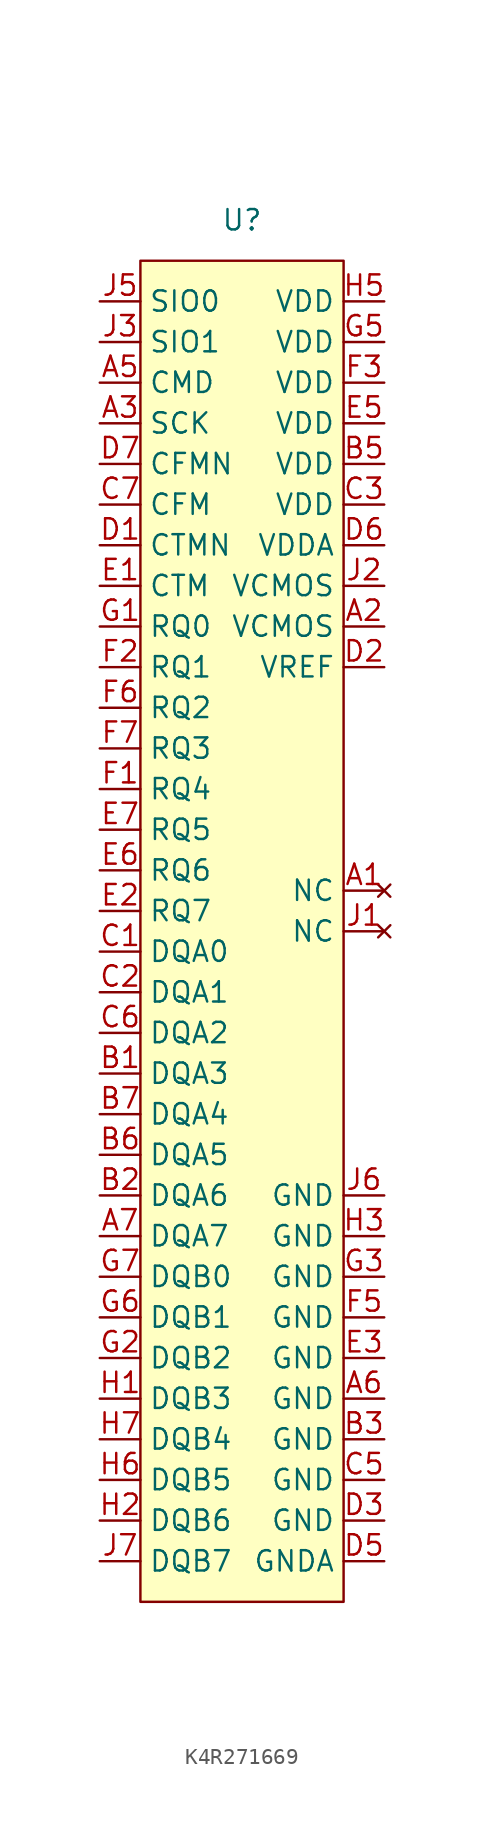
<source format=kicad_sym>
(kicad_symbol_lib
  (version 20231120)
  (generator "kicad_symbol_editor")
  (generator_version "8.0")
  (symbol "K4R271669"
    (property "Reference" "U"
      (at 0 0 0)
      (effects (font (size 1.27 1.27))))
    (property "Value" ""
      (at 0 0 0)
      (effects (font (size 1.27 1.27))))
    (symbol "K4R271669_0_0"
      (pin no_connect line (at 8.89 -41.91 180) (length 2.54) (name "NC" (effects (font (size 1.27 1.27)))) (number "A1" (effects (font (size 1.27 1.27)))))
      (pin power_in line (at 8.89 -73.66 180) (length 2.54) (name "GND" (effects (font (size 1.27 1.27)))) (number "A6" (effects (font (size 1.27 1.27)))))
      (pin bidirectional line (at -8.89 -63.5 0) (length 2.54) (name "DQA7" (effects (font (size 1.27 1.27)))) (number "A7" (effects (font (size 1.27 1.27)))))
      (pin bidirectional line (at -8.89 -53.34 0) (length 2.54) (name "DQA3" (effects (font (size 1.27 1.27)))) (number "B1" (effects (font (size 1.27 1.27)))))
      (pin bidirectional line (at -8.89 -60.96 0) (length 2.54) (name "DQA6" (effects (font (size 1.27 1.27)))) (number "B2" (effects (font (size 1.27 1.27)))))
      (pin power_in line (at 8.89 -76.2 180) (length 2.54) (name "GND" (effects (font (size 1.27 1.27)))) (number "B3" (effects (font (size 1.27 1.27)))))
      (pin power_in line (at 8.89 -15.24 180) (length 2.54) (name "VDD" (effects (font (size 1.27 1.27)))) (number "B5" (effects (font (size 1.27 1.27)))))
      (pin bidirectional line (at -8.89 -58.42 0) (length 2.54) (name "DQA5" (effects (font (size 1.27 1.27)))) (number "B6" (effects (font (size 1.27 1.27)))))
      (pin bidirectional line (at -8.89 -55.88 0) (length 2.54) (name "DQA4" (effects (font (size 1.27 1.27)))) (number "B7" (effects (font (size 1.27 1.27)))))
      (pin bidirectional line (at -8.89 -45.72 0) (length 2.54) (name "DQA0" (effects (font (size 1.27 1.27)))) (number "C1" (effects (font (size 1.27 1.27)))))
      (pin bidirectional line (at -8.89 -48.26 0) (length 2.54) (name "DQA1" (effects (font (size 1.27 1.27)))) (number "C2" (effects (font (size 1.27 1.27)))))
      (pin bidirectional line (at -8.89 -50.8 0) (length 2.54) (name "DQA2" (effects (font (size 1.27 1.27)))) (number "C6" (effects (font (size 1.27 1.27)))))
      (pin power_in line (at 8.89 -81.28 180) (length 2.54) (name "GND" (effects (font (size 1.27 1.27)))) (number "D3" (effects (font (size 1.27 1.27)))))
      (pin power_in line (at 8.89 -83.82 180) (length 2.54) (name "GNDA" (effects (font (size 1.27 1.27)))) (number "D5" (effects (font (size 1.27 1.27)))))
      (pin power_in line (at 8.89 -71.12 180) (length 2.54) (name "GND" (effects (font (size 1.27 1.27)))) (number "E3" (effects (font (size 1.27 1.27)))))
      (pin power_in line (at 8.89 -12.7 180) (length 2.54) (name "VDD" (effects (font (size 1.27 1.27)))) (number "E5" (effects (font (size 1.27 1.27)))))
      (pin power_in line (at 8.89 -10.16 180) (length 2.54) (name "VDD" (effects (font (size 1.27 1.27)))) (number "F3" (effects (font (size 1.27 1.27)))))
      (pin power_in line (at 8.89 -68.58 180) (length 2.54) (name "GND" (effects (font (size 1.27 1.27)))) (number "F5" (effects (font (size 1.27 1.27)))))
      (pin bidirectional line (at -8.89 -71.12 0) (length 2.54) (name "DQB2" (effects (font (size 1.27 1.27)))) (number "G2" (effects (font (size 1.27 1.27)))))
      (pin bidirectional line (at -8.89 -68.58 0) (length 2.54) (name "DQB1" (effects (font (size 1.27 1.27)))) (number "G6" (effects (font (size 1.27 1.27)))))
      (pin bidirectional line (at -8.89 -66.04 0) (length 2.54) (name "DQB0" (effects (font (size 1.27 1.27)))) (number "G7" (effects (font (size 1.27 1.27)))))
      (pin bidirectional line (at -8.89 -73.66 0) (length 2.54) (name "DQB3" (effects (font (size 1.27 1.27)))) (number "H1" (effects (font (size 1.27 1.27)))))
      (pin bidirectional line (at -8.89 -81.28 0) (length 2.54) (name "DQB6" (effects (font (size 1.27 1.27)))) (number "H2" (effects (font (size 1.27 1.27)))))
      (pin power_in line (at 8.89 -63.5 180) (length 2.54) (name "GND" (effects (font (size 1.27 1.27)))) (number "H3" (effects (font (size 1.27 1.27)))))
      (pin power_in line (at 8.89 -5.08 180) (length 2.54) (name "VDD" (effects (font (size 1.27 1.27)))) (number "H5" (effects (font (size 1.27 1.27)))))
      (pin bidirectional line (at -8.89 -78.74 0) (length 2.54) (name "DQB5" (effects (font (size 1.27 1.27)))) (number "H6" (effects (font (size 1.27 1.27)))))
      (pin bidirectional line (at -8.89 -76.2 0) (length 2.54) (name "DQB4" (effects (font (size 1.27 1.27)))) (number "H7" (effects (font (size 1.27 1.27)))))
      (pin no_connect line (at 8.89 -44.45 180) (length 2.54) (name "NC" (effects (font (size 1.27 1.27)))) (number "J1" (effects (font (size 1.27 1.27)))))
      (pin power_in line (at 8.89 -60.96 180) (length 2.54) (name "GND" (effects (font (size 1.27 1.27)))) (number "J6" (effects (font (size 1.27 1.27))))))
    (symbol "K4R271669_1_0"
      (pin power_in line (at 8.89 -25.4 180) (length 2.54) (name "VCMOS" (effects (font (size 1.27 1.27)))) (number "A2" (effects (font (size 1.27 1.27)))))
      (pin input line (at -8.89 -12.7 0) (length 2.54) (name "SCK" (effects (font (size 1.27 1.27)))) (number "A3" (effects (font (size 1.27 1.27)))))
      (pin input line (at -8.89 -10.16 0) (length 2.54) (name "CMD" (effects (font (size 1.27 1.27)))) (number "A5" (effects (font (size 1.27 1.27)))))
      (pin power_in line (at 8.89 -17.78 180) (length 2.54) (name "VDD" (effects (font (size 1.27 1.27)))) (number "C3" (effects (font (size 1.27 1.27)))))
      (pin power_in line (at 8.89 -78.74 180) (length 2.54) (name "GND" (effects (font (size 1.27 1.27)))) (number "C5" (effects (font (size 1.27 1.27)))))
      (pin input line (at -8.89 -17.78 0) (length 2.54) (name "CFM" (effects (font (size 1.27 1.27)))) (number "C7" (effects (font (size 1.27 1.27)))))
      (pin input line (at -8.89 -20.32 0) (length 2.54) (name "CTMN" (effects (font (size 1.27 1.27)))) (number "D1" (effects (font (size 1.27 1.27)))))
      (pin power_in line (at 8.89 -27.94 180) (length 2.54) (name "VREF" (effects (font (size 1.27 1.27)))) (number "D2" (effects (font (size 1.27 1.27)))))
      (pin power_in line (at 8.89 -20.32 180) (length 2.54) (name "VDDA" (effects (font (size 1.27 1.27)))) (number "D6" (effects (font (size 1.27 1.27)))))
      (pin input line (at -8.89 -15.24 0) (length 2.54) (name "CFMN" (effects (font (size 1.27 1.27)))) (number "D7" (effects (font (size 1.27 1.27)))))
      (pin input line (at -8.89 -22.86 0) (length 2.54) (name "CTM" (effects (font (size 1.27 1.27)))) (number "E1" (effects (font (size 1.27 1.27)))))
      (pin input line (at -8.89 -43.18 0) (length 2.54) (name "RQ7" (effects (font (size 1.27 1.27)))) (number "E2" (effects (font (size 1.27 1.27)))))
      (pin input line (at -8.89 -40.64 0) (length 2.54) (name "RQ6" (effects (font (size 1.27 1.27)))) (number "E6" (effects (font (size 1.27 1.27)))))
      (pin input line (at -8.89 -38.1 0) (length 2.54) (name "RQ5" (effects (font (size 1.27 1.27)))) (number "E7" (effects (font (size 1.27 1.27)))))
      (pin input line (at -8.89 -35.56 0) (length 2.54) (name "RQ4" (effects (font (size 1.27 1.27)))) (number "F1" (effects (font (size 1.27 1.27)))))
      (pin input line (at -8.89 -27.94 0) (length 2.54) (name "RQ1" (effects (font (size 1.27 1.27)))) (number "F2" (effects (font (size 1.27 1.27)))))
      (pin input line (at -8.89 -30.48 0) (length 2.54) (name "RQ2" (effects (font (size 1.27 1.27)))) (number "F6" (effects (font (size 1.27 1.27)))))
      (pin input line (at -8.89 -33.02 0) (length 2.54) (name "RQ3" (effects (font (size 1.27 1.27)))) (number "F7" (effects (font (size 1.27 1.27)))))
      (pin input line (at -8.89 -25.4 0) (length 2.54) (name "RQ0" (effects (font (size 1.27 1.27)))) (number "G1" (effects (font (size 1.27 1.27)))))
      (pin power_in line (at 8.89 -66.04 180) (length 2.54) (name "GND" (effects (font (size 1.27 1.27)))) (number "G3" (effects (font (size 1.27 1.27)))))
      (pin power_in line (at 8.89 -7.62 180) (length 2.54) (name "VDD" (effects (font (size 1.27 1.27)))) (number "G5" (effects (font (size 1.27 1.27)))))
      (pin power_in line (at 8.89 -22.86 180) (length 2.54) (name "VCMOS" (effects (font (size 1.27 1.27)))) (number "J2" (effects (font (size 1.27 1.27)))))
      (pin bidirectional line (at -8.89 -7.62 0) (length 2.54) (name "SIO1" (effects (font (size 1.27 1.27)))) (number "J3" (effects (font (size 1.27 1.27)))))
      (pin bidirectional line (at -8.89 -5.08 0) (length 2.54) (name "SIO0" (effects (font (size 1.27 1.27)))) (number "J5" (effects (font (size 1.27 1.27)))))
      (pin bidirectional line (at -8.89 -83.82 0) (length 2.54) (name "DQB7" (effects (font (size 1.27 1.27)))) (number "J7" (effects (font (size 1.27 1.27))))))
    (symbol "K4R271669_1_1"
      (rectangle (start -6.35 -2.54) (end 6.35 -86.36) (stroke (width 0) (type default)) (fill (type background))))))
</source>
